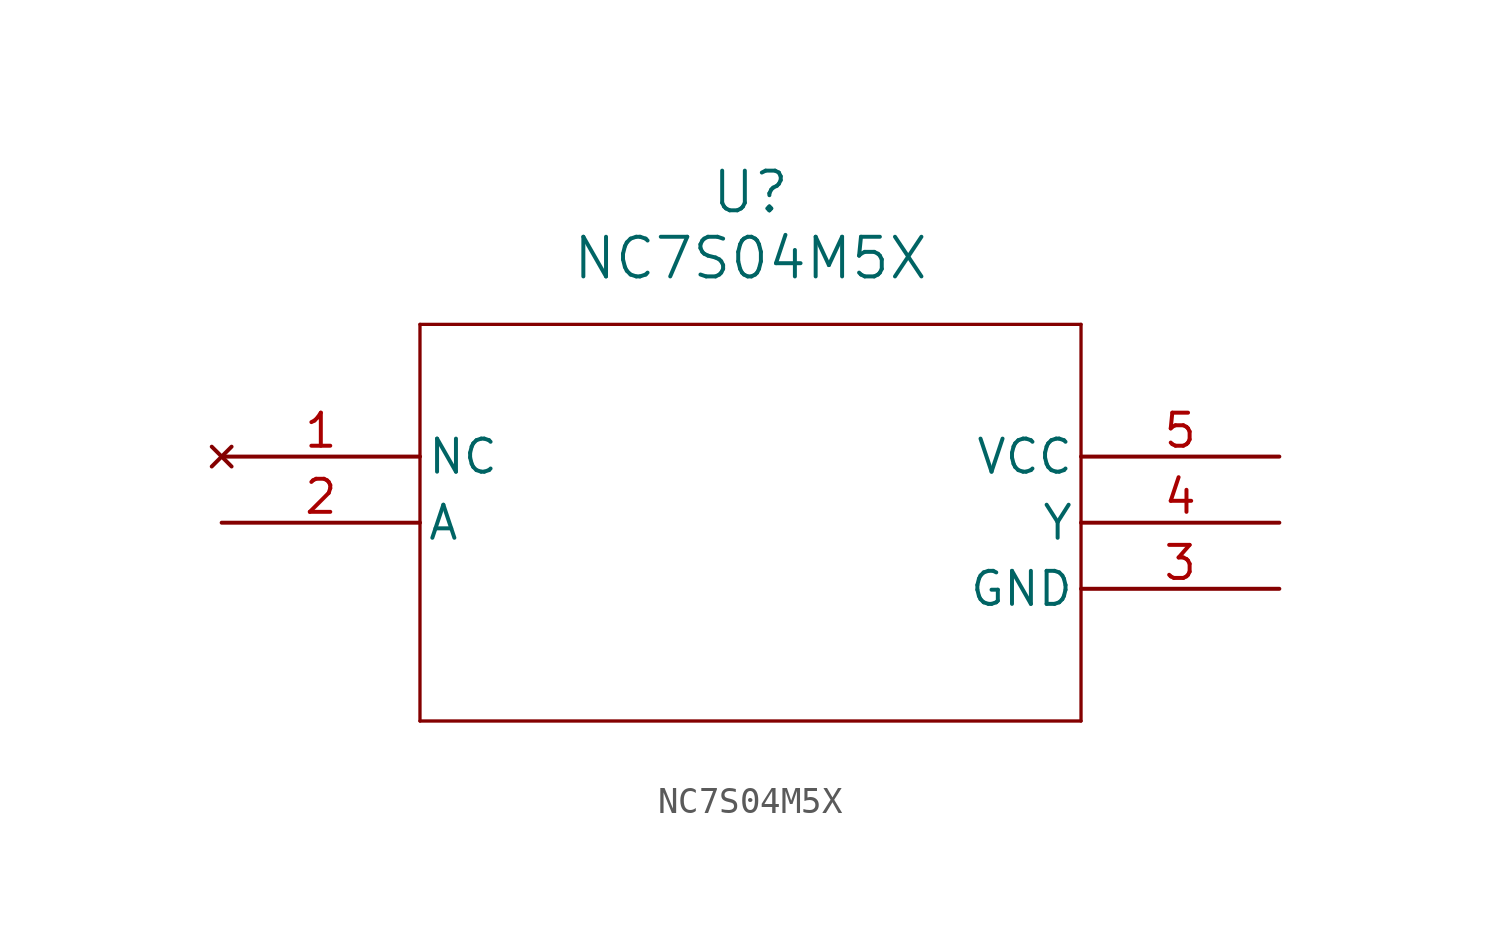
<source format=kicad_sym>
(kicad_symbol_lib
  (version 20211014)
  (generator kicad_symbol_editor)
  (symbol "NC7S04M5X"
    (pin_names
      (offset 0.254))
    (property "Reference" "U"
      (at 20.32 10.16 0)
      (effects (font (size 1.524 1.524))))
    (property "Value" "NC7S04M5X"
      (at 20.32 7.62 0)
      (effects (font (size 1.524 1.524))))
    (symbol "NC7S04M5X_0_1"
      (polyline (pts (xy 7.62 5.08) (xy 7.62 -10.16)) (stroke (width 0.127) (type default) (color 0 0 0 0)) (fill (type none)))
      (polyline (pts (xy 7.62 -10.16) (xy 33.02 -10.16)) (stroke (width 0.127) (type default) (color 0 0 0 0)) (fill (type none)))
      (polyline (pts (xy 33.02 -10.16) (xy 33.02 5.08)) (stroke (width 0.127) (type default) (color 0 0 0 0)) (fill (type none)))
      (polyline (pts (xy 33.02 5.08) (xy 7.62 5.08)) (stroke (width 0.127) (type default) (color 0 0 0 0)) (fill (type none)))
      (pin no_connect line (at 0 0 0) (length 7.62) (name "NC" (effects (font (size 1.27 1.27)))) (number "1" (effects (font (size 1.27 1.27)))))
      (pin input line (at 0 -2.54 0) (length 7.62) (name "A" (effects (font (size 1.27 1.27)))) (number "2" (effects (font (size 1.27 1.27)))))
      (pin power_in line (at 40.64 -5.08 180) (length 7.62) (name "GND" (effects (font (size 1.27 1.27)))) (number "3" (effects (font (size 1.27 1.27)))))
      (pin output line (at 40.64 -2.54 180) (length 7.62) (name "Y" (effects (font (size 1.27 1.27)))) (number "4" (effects (font (size 1.27 1.27)))))
      (pin power_in line (at 40.64 0 180) (length 7.62) (name "VCC" (effects (font (size 1.27 1.27)))) (number "5" (effects (font (size 1.27 1.27))))))))
</source>
